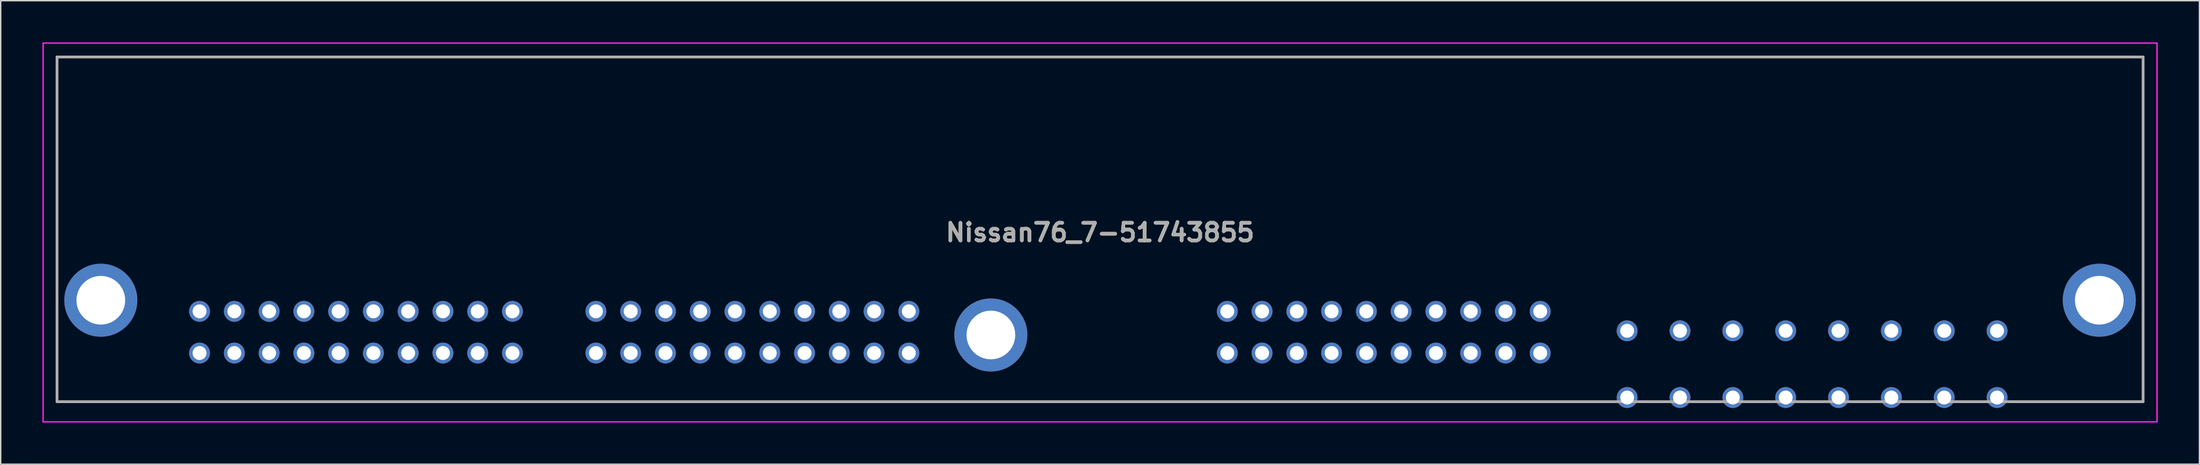
<source format=kicad_pcb>
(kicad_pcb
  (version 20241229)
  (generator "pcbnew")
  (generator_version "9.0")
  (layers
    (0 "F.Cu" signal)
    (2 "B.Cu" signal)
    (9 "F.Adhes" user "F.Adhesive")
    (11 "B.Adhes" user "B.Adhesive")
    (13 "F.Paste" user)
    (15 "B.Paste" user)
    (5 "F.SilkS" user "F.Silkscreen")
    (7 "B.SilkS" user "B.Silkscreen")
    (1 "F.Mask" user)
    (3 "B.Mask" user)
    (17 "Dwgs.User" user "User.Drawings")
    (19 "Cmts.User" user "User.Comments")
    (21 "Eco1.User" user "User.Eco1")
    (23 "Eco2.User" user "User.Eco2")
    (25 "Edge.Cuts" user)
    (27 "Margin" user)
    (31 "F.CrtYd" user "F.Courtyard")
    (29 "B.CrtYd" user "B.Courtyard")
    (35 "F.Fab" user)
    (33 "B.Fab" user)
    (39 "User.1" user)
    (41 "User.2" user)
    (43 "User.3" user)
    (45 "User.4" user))
  (footprint "Nissan76_7-51743855"
    (layer "F.Cu")
    (at 140.55 20.75)
    (property "Reference" "Nissan76_7-51743855" (at -64.5 -7.075 0) (layer "F.SilkS") (effects (font (size 1.27 1.27) (thickness 0.254))))
    (attr through_hole)
    (fp_line (start -139.5 -19.7) (end -139.5 5.1) (stroke (width 0.1) (type solid)) (layer "F.SilkS"))
    (fp_line (start -139.5 5.1) (end -28 5.1) (stroke (width 0.1) (type solid)) (layer "F.SilkS"))
    (fp_line (start 1.5 5.1) (end 10.5 5.1) (stroke (width 0.1) (type solid)) (layer "F.SilkS"))
    (fp_line (start 10.5 -19.7) (end -139.5 -19.7) (stroke (width 0.1) (type solid)) (layer "F.SilkS"))
    (fp_line (start 10.5 5.1) (end 10.5 -19.7) (stroke (width 0.1) (type solid)) (layer "F.SilkS"))
    (fp_line (start -140.5 -20.7) (end 11.5 -20.7) (stroke (width 0.1) (type solid)) (layer "F.CrtYd"))
    (fp_line (start -140.5 6.55) (end -140.5 -20.7) (stroke (width 0.1) (type solid)) (layer "F.CrtYd"))
    (fp_line (start 11.5 -20.7) (end 11.5 6.55) (stroke (width 0.1) (type solid)) (layer "F.CrtYd"))
    (fp_line (start 11.5 6.55) (end -140.5 6.55) (stroke (width 0.1) (type solid)) (layer "F.CrtYd"))
    (fp_line (start -139.5 -19.7) (end 10.5 -19.7) (stroke (width 0.2) (type solid)) (layer "F.Fab"))
    (fp_line (start -139.5 5.1) (end -139.5 -19.7) (stroke (width 0.2) (type solid)) (layer "F.Fab"))
    (fp_line (start 10.5 -19.7) (end 10.5 5.1) (stroke (width 0.2) (type solid)) (layer "F.Fab"))
    (fp_line (start 10.5 5.1) (end -139.5 5.1) (stroke (width 0.2) (type solid)) (layer "F.Fab"))
    (fp_text user "${REFERENCE}" (at -64.5 -7.075 0) (layer "F.Fab") (effects (font (size 1.27 1.27) (thickness 0.254))))
    (pad "1" thru_hole circle (at -32.85 1.6) (size 1.5 1.5) (drill 1) (layers "*.Cu" "*.Mask"))
    (pad "2" thru_hole circle (at -35.35 1.6) (size 1.5 1.5) (drill 1) (layers "*.Cu" "*.Mask"))
    (pad "3" thru_hole circle (at -37.85 1.6) (size 1.5 1.5) (drill 1) (layers "*.Cu" "*.Mask"))
    (pad "4" thru_hole circle (at -40.35 1.6) (size 1.5 1.5) (drill 1) (layers "*.Cu" "*.Mask"))
    (pad "5" thru_hole circle (at -42.85 1.6) (size 1.5 1.5) (drill 1) (layers "*.Cu" "*.Mask"))
    (pad "6" thru_hole circle (at -45.35 1.6) (size 1.5 1.5) (drill 1) (layers "*.Cu" "*.Mask"))
    (pad "7" thru_hole circle (at -47.85 1.6) (size 1.5 1.5) (drill 1) (layers "*.Cu" "*.Mask"))
    (pad "8" thru_hole circle (at -50.35 1.6) (size 1.5 1.5) (drill 1) (layers "*.Cu" "*.Mask"))
    (pad "9" thru_hole circle (at -52.85 1.6) (size 1.5 1.5) (drill 1) (layers "*.Cu" "*.Mask"))
    (pad "10" thru_hole circle (at -55.35 1.6) (size 1.5 1.5) (drill 1) (layers "*.Cu" "*.Mask"))
    (pad "11" thru_hole circle (at -32.85 -1.4) (size 1.5 1.5) (drill 1) (layers "*.Cu" "*.Mask"))
    (pad "12" thru_hole circle (at -35.35 -1.4) (size 1.5 1.5) (drill 1) (layers "*.Cu" "*.Mask"))
    (pad "13" thru_hole circle (at -37.85 -1.4) (size 1.5 1.5) (drill 1) (layers "*.Cu" "*.Mask"))
    (pad "14" thru_hole circle (at -40.35 -1.4) (size 1.5 1.5) (drill 1) (layers "*.Cu" "*.Mask"))
    (pad "15" thru_hole circle (at -42.85 -1.4) (size 1.5 1.5) (drill 1) (layers "*.Cu" "*.Mask"))
    (pad "16" thru_hole circle (at -45.35 -1.4) (size 1.5 1.5) (drill 1) (layers "*.Cu" "*.Mask"))
    (pad "17" thru_hole circle (at -47.85 -1.4) (size 1.5 1.5) (drill 1) (layers "*.Cu" "*.Mask"))
    (pad "18" thru_hole circle (at -50.35 -1.4) (size 1.5 1.5) (drill 1) (layers "*.Cu" "*.Mask"))
    (pad "19" thru_hole circle (at -52.85 -1.4) (size 1.5 1.5) (drill 1) (layers "*.Cu" "*.Mask"))
    (pad "20" thru_hole circle (at -55.35 -1.4) (size 1.5 1.5) (drill 1) (layers "*.Cu" "*.Mask"))
    (pad "21" thru_hole circle (at -78.25 1.6) (size 1.5 1.5) (drill 1) (layers "*.Cu" "*.Mask"))
    (pad "22" thru_hole circle (at -80.75 1.6) (size 1.5 1.5) (drill 1) (layers "*.Cu" "*.Mask"))
    (pad "23" thru_hole circle (at -83.25 1.6) (size 1.5 1.5) (drill 1) (layers "*.Cu" "*.Mask"))
    (pad "24" thru_hole circle (at -85.75 1.6) (size 1.5 1.5) (drill 1) (layers "*.Cu" "*.Mask"))
    (pad "25" thru_hole circle (at -88.25 1.6) (size 1.5 1.5) (drill 1) (layers "*.Cu" "*.Mask"))
    (pad "26" thru_hole circle (at -90.75 1.6) (size 1.5 1.5) (drill 1) (layers "*.Cu" "*.Mask"))
    (pad "27" thru_hole circle (at -93.25 1.6) (size 1.5 1.5) (drill 1) (layers "*.Cu" "*.Mask"))
    (pad "28" thru_hole circle (at -95.75 1.6) (size 1.5 1.5) (drill 1) (layers "*.Cu" "*.Mask"))
    (pad "29" thru_hole circle (at -98.25 1.6) (size 1.5 1.5) (drill 1) (layers "*.Cu" "*.Mask"))
    (pad "30" thru_hole circle (at -100.75 1.6) (size 1.5 1.5) (drill 1) (layers "*.Cu" "*.Mask"))
    (pad "31" thru_hole circle (at -78.25 -1.4) (size 1.5 1.5) (drill 1) (layers "*.Cu" "*.Mask"))
    (pad "32" thru_hole circle (at -80.75 -1.4) (size 1.5 1.5) (drill 1) (layers "*.Cu" "*.Mask"))
    (pad "33" thru_hole circle (at -83.25 -1.4) (size 1.5 1.5) (drill 1) (layers "*.Cu" "*.Mask"))
    (pad "34" thru_hole circle (at -85.75 -1.4) (size 1.5 1.5) (drill 1) (layers "*.Cu" "*.Mask"))
    (pad "35" thru_hole circle (at -88.25 -1.4) (size 1.5 1.5) (drill 1) (layers "*.Cu" "*.Mask"))
    (pad "36" thru_hole circle (at -90.75 -1.4) (size 1.5 1.5) (drill 1) (layers "*.Cu" "*.Mask"))
    (pad "37" thru_hole circle (at -93.25 -1.4) (size 1.5 1.5) (drill 1) (layers "*.Cu" "*.Mask"))
    (pad "38" thru_hole circle (at -95.75 -1.4) (size 1.5 1.5) (drill 1) (layers "*.Cu" "*.Mask"))
    (pad "39" thru_hole circle (at -98.25 -1.4) (size 1.5 1.5) (drill 1) (layers "*.Cu" "*.Mask"))
    (pad "40" thru_hole circle (at -100.75 -1.4) (size 1.5 1.5) (drill 1) (layers "*.Cu" "*.Mask"))
    (pad "41" thru_hole circle (at -106.75 1.6) (size 1.5 1.5) (drill 1) (layers "*.Cu" "*.Mask"))
    (pad "42" thru_hole circle (at -109.25 1.6) (size 1.5 1.5) (drill 1) (layers "*.Cu" "*.Mask"))
    (pad "43" thru_hole circle (at -111.75 1.6) (size 1.5 1.5) (drill 1) (layers "*.Cu" "*.Mask"))
    (pad "44" thru_hole circle (at -114.25 1.6) (size 1.5 1.5) (drill 1) (layers "*.Cu" "*.Mask"))
    (pad "45" thru_hole circle (at -116.75 1.6) (size 1.5 1.5) (drill 1) (layers "*.Cu" "*.Mask"))
    (pad "46" thru_hole circle (at -119.25 1.6) (size 1.5 1.5) (drill 1) (layers "*.Cu" "*.Mask"))
    (pad "47" thru_hole circle (at -121.75 1.6) (size 1.5 1.5) (drill 1) (layers "*.Cu" "*.Mask"))
    (pad "48" thru_hole circle (at -124.25 1.6) (size 1.5 1.5) (drill 1) (layers "*.Cu" "*.Mask"))
    (pad "49" thru_hole circle (at -126.75 1.6) (size 1.5 1.5) (drill 1) (layers "*.Cu" "*.Mask"))
    (pad "50" thru_hole circle (at -129.25 1.6) (size 1.5 1.5) (drill 1) (layers "*.Cu" "*.Mask"))
    (pad "51" thru_hole circle (at -106.75 -1.4) (size 1.5 1.5) (drill 1) (layers "*.Cu" "*.Mask"))
    (pad "52" thru_hole circle (at -109.25 -1.4) (size 1.5 1.5) (drill 1) (layers "*.Cu" "*.Mask"))
    (pad "53" thru_hole circle (at -111.75 -1.4) (size 1.5 1.5) (drill 1) (layers "*.Cu" "*.Mask"))
    (pad "54" thru_hole circle (at -114.25 -1.4) (size 1.5 1.5) (drill 1) (layers "*.Cu" "*.Mask"))
    (pad "55" thru_hole circle (at -116.75 -1.4) (size 1.5 1.5) (drill 1) (layers "*.Cu" "*.Mask"))
    (pad "56" thru_hole circle (at -119.25 -1.4) (size 1.5 1.5) (drill 1) (layers "*.Cu" "*.Mask"))
    (pad "57" thru_hole circle (at -121.75 -1.4) (size 1.5 1.5) (drill 1) (layers "*.Cu" "*.Mask"))
    (pad "58" thru_hole circle (at -124.25 -1.4) (size 1.5 1.5) (drill 1) (layers "*.Cu" "*.Mask"))
    (pad "59" thru_hole circle (at -126.75 -1.4) (size 1.5 1.5) (drill 1) (layers "*.Cu" "*.Mask"))
    (pad "60" thru_hole circle (at -129.25 -1.4) (size 1.5 1.5) (drill 1) (layers "*.Cu" "*.Mask"))
    (pad "101" thru_hole circle (at 0 4.8) (size 1.5 1.5) (drill 1) (layers "*.Cu" "*.Mask"))
    (pad "102" thru_hole circle (at -3.8 4.8) (size 1.5 1.5) (drill 1) (layers "*.Cu" "*.Mask"))
    (pad "103" thru_hole circle (at -7.6 4.8) (size 1.5 1.5) (drill 1) (layers "*.Cu" "*.Mask"))
    (pad "104" thru_hole circle (at -11.4 4.8) (size 1.5 1.5) (drill 1) (layers "*.Cu" "*.Mask"))
    (pad "105" thru_hole circle (at -15.2 4.8) (size 1.5 1.5) (drill 1) (layers "*.Cu" "*.Mask"))
    (pad "106" thru_hole circle (at -19 4.8) (size 1.5 1.5) (drill 1) (layers "*.Cu" "*.Mask"))
    (pad "107" thru_hole circle (at -22.8 4.8) (size 1.5 1.5) (drill 1) (layers "*.Cu" "*.Mask"))
    (pad "108" thru_hole circle (at -26.6 4.8) (size 1.5 1.5) (drill 1) (layers "*.Cu" "*.Mask"))
    (pad "109" thru_hole circle (at 0 0) (size 1.5 1.5) (drill 1) (layers "*.Cu" "*.Mask"))
    (pad "110" thru_hole circle (at -3.8 0) (size 1.5 1.5) (drill 1) (layers "*.Cu" "*.Mask"))
    (pad "111" thru_hole circle (at -7.6 0) (size 1.5 1.5) (drill 1) (layers "*.Cu" "*.Mask"))
    (pad "112" thru_hole circle (at -11.4 0) (size 1.5 1.5) (drill 1) (layers "*.Cu" "*.Mask"))
    (pad "113" thru_hole circle (at -15.2 0) (size 1.5 1.5) (drill 1) (layers "*.Cu" "*.Mask"))
    (pad "114" thru_hole circle (at -19 0) (size 1.5 1.5) (drill 1) (layers "*.Cu" "*.Mask"))
    (pad "115" thru_hole circle (at -22.8 0) (size 1.5 1.5) (drill 1) (layers "*.Cu" "*.Mask"))
    (pad "116" thru_hole circle (at -26.6 0) (size 1.5 1.5) (drill 1) (layers "*.Cu" "*.Mask"))
    (pad "MH1" thru_hole circle (at -136.35 -2.2) (size 5.25 5.25) (drill 3.5) (layers "*.Cu" "*.Mask"))
    (pad "MH2" thru_hole circle (at -72.35 0.3) (size 5.25 5.25) (drill 3.5) (layers "*.Cu" "*.Mask"))
    (pad "MH3" thru_hole circle (at 7.35 -2.2) (size 5.25 5.25) (drill 3.5) (layers "*.Cu" "*.Mask")))
  (gr_rect
    (start -3 -3)
    (end 155.1 30.35)
    (stroke (width 0.1) (type default))
    (fill no)
    (layer "Edge.Cuts")))
</source>
